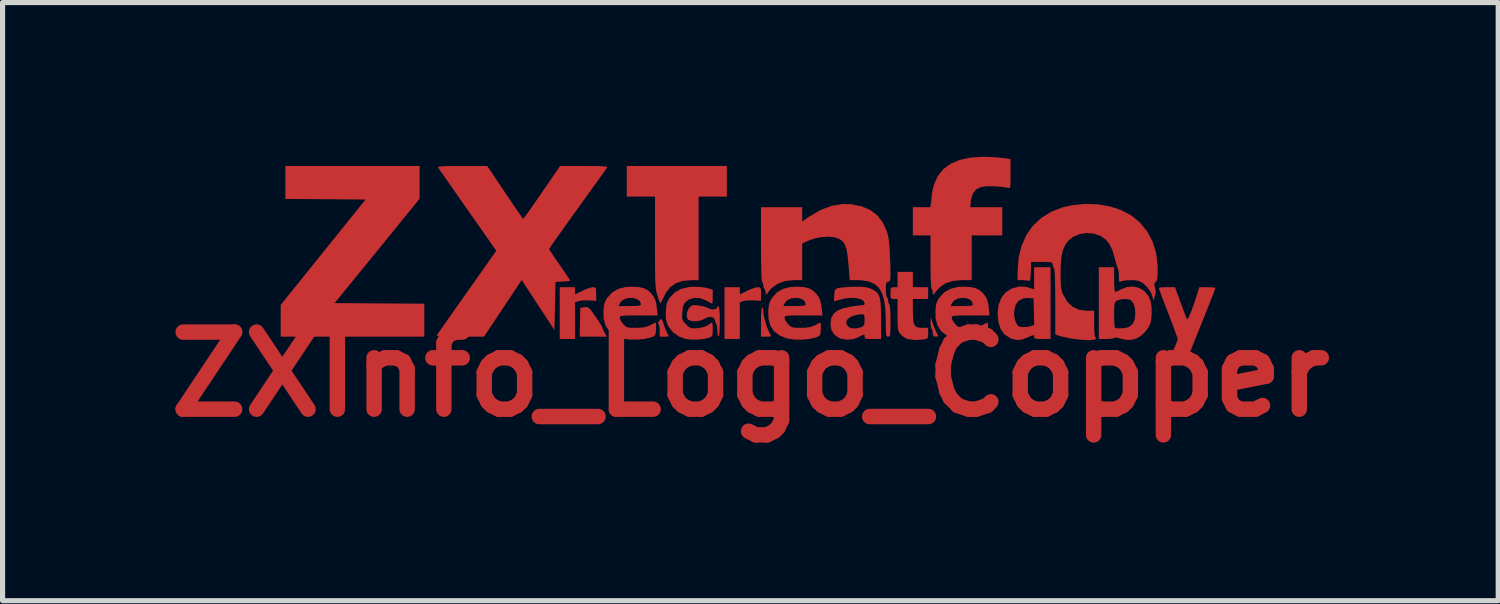
<source format=kicad_pcb>
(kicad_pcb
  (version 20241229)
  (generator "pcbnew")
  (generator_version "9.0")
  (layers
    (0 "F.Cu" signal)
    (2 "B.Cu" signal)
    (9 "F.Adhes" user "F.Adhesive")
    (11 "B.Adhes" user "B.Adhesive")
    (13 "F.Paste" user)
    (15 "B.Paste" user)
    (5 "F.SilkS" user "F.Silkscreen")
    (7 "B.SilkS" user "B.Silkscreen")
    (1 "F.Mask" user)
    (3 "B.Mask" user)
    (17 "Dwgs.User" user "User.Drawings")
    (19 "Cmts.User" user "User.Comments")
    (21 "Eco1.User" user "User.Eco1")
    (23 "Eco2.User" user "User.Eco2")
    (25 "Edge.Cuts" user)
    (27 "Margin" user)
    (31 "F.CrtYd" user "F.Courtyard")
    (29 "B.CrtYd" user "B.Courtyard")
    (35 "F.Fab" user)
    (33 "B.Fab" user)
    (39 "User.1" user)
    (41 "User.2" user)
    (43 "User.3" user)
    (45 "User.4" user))
  (footprint "ZXInfo_Logo_Copper"
    (layer "F.Cu")
    (at 11.55 4.233)
    (property "Reference" "ZXInfo_Logo_Copper" (at 0 0 0) (layer "F.Cu") (effects (font (size 1.5 1.5) (thickness 0.3))))
    (attr board_only exclude_from_pos_files exclude_from_bom)
    (fp_poly (pts (xy -2.222 -1.019) (xy -2.233 -1.008) (xy -2.245 -1.019) (xy -2.233 -1.031)) (stroke (width 0) (type solid)) (fill yes) (layer "F.Cu"))
    (fp_poly (pts (xy 0.985 -1.019) (xy 0.973 -1.008) (xy 0.962 -1.019) (xy 0.973 -1.031)) (stroke (width 0) (type solid)) (fill yes) (layer "F.Cu"))
    (fp_poly (pts (xy 4.237 -1.019) (xy 4.226 -1.008) (xy 4.214 -1.019) (xy 4.226 -1.031)) (stroke (width 0) (type solid)) (fill yes) (layer "F.Cu"))
    (fp_poly (pts (xy 3.551 -0.985) (xy 3.582 -0.903) (xy 3.614 -0.829) (xy 3.631 -0.796) (xy 3.654 -0.752) (xy 3.648 -0.736) (xy 3.61 -0.733) (xy 3.609 -0.733) (xy 3.567 -0.74) (xy 3.551 -0.772) (xy 3.55 -0.8) (xy 3.543 -0.853) (xy 3.527 -0.882) (xy 3.514 -0.911) (xy 3.507 -0.97) (xy 3.506 -1.003) (xy 3.508 -1.111)) (stroke (width 0) (type solid)) (fill yes) (layer "F.Cu"))
    (fp_poly (pts (xy 0.244 -1.285) (xy 0.252 -1.235) (xy 0.252 -1.218) (xy 0.261 -1.143) (xy 0.285 -1.043) (xy 0.317 -0.937) (xy 0.354 -0.843) (xy 0.384 -0.784) (xy 0.402 -0.753) (xy 0.397 -0.738) (xy 0.359 -0.733) (xy 0.312 -0.733) (xy 0.206 -0.733) (xy 0.206 -1.019) (xy 0.208 -1.143) (xy 0.213 -1.235) (xy 0.221 -1.291) (xy 0.229 -1.306)) (stroke (width 0) (type solid)) (fill yes) (layer "F.Cu"))
    (fp_poly (pts (xy -3.162 -1.303) (xy -3.132 -1.281) (xy -3.094 -1.236) (xy -3.041 -1.162) (xy -3.018 -1.128) (xy -2.962 -1.047) (xy -2.918 -0.979) (xy -2.891 -0.935) (xy -2.886 -0.922) (xy -2.876 -0.892) (xy -2.851 -0.839) (xy -2.84 -0.818) (xy -2.794 -0.733) (xy -3.058 -0.733) (xy -3.322 -0.733) (xy -3.316 -1.013) (xy -3.31 -1.294) (xy -3.229 -1.306) (xy -3.192 -1.309)) (stroke (width 0) (type solid)) (fill yes) (layer "F.Cu"))
    (fp_poly (pts (xy -1.71 -1.044) (xy -1.688 -0.98) (xy -1.684 -0.965) (xy -1.655 -0.885) (xy -1.626 -0.816) (xy -1.609 -0.785) (xy -1.59 -0.752) (xy -1.596 -0.737) (xy -1.636 -0.733) (xy -1.669 -0.733) (xy -1.764 -0.733) (xy -1.764 -0.843) (xy -1.769 -0.913) (xy -1.781 -0.965) (xy -1.789 -0.978) (xy -1.798 -1.008) (xy -1.769 -1.048) (xy -1.743 -1.071) (xy -1.726 -1.072)) (stroke (width 0) (type solid)) (fill yes) (layer "F.Cu"))
    (fp_poly (pts (xy -6.436 -3.735) (xy -6.436 -3.417) (xy -7.262 -2.401) (xy -8.089 -1.386) (xy -7.216 -1.38) (xy -6.344 -1.374) (xy -6.344 -1.053) (xy -6.344 -0.733) (xy -7.741 -0.733) (xy -9.139 -0.733) (xy -9.139 -1.042) (xy -9.139 -1.351) (xy -8.313 -2.376) (xy -7.488 -3.401) (xy -8.267 -3.407) (xy -9.047 -3.413) (xy -9.047 -3.734) (xy -9.047 -4.054) (xy -7.741 -4.054) (xy -6.436 -4.054)) (stroke (width 0) (type solid)) (fill yes) (layer "F.Cu"))
    (fp_poly (pts (xy -3.413 -1.626) (xy -3.411 -1.578) (xy -3.407 -1.558) (xy -3.407 -1.558) (xy -3.385 -1.567) (xy -3.334 -1.592) (xy -3.266 -1.626) (xy -3.185 -1.662) (xy -3.111 -1.687) (xy -3.066 -1.695) (xy -3.029 -1.693) (xy -3.01 -1.679) (xy -3.002 -1.642) (xy -3 -1.572) (xy -3 -1.562) (xy -3 -1.429) (xy -3.144 -1.438) (xy -3.231 -1.439) (xy -3.309 -1.432) (xy -3.35 -1.423) (xy -3.413 -1.398) (xy -3.413 -1.043) (xy -3.413 -0.687) (xy -3.561 -0.687) (xy -3.71 -0.687) (xy -3.71 -1.191) (xy -3.71 -1.695) (xy -3.561 -1.695) (xy -3.413 -1.695)) (stroke (width 0) (type solid)) (fill yes) (layer "F.Cu"))
    (fp_poly (pts (xy -0.206 -1.626) (xy -0.204 -1.578) (xy -0.2 -1.558) (xy -0.2 -1.558) (xy -0.179 -1.567) (xy -0.127 -1.592) (xy -0.06 -1.626) (xy 0.021 -1.662) (xy 0.096 -1.687) (xy 0.141 -1.695) (xy 0.177 -1.693) (xy 0.197 -1.679) (xy 0.205 -1.642) (xy 0.206 -1.572) (xy 0.206 -1.562) (xy 0.206 -1.429) (xy 0.063 -1.438) (xy -0.024 -1.439) (xy -0.102 -1.432) (xy -0.143 -1.423) (xy -0.206 -1.398) (xy -0.206 -1.043) (xy -0.206 -0.687) (xy -0.355 -0.687) (xy -0.504 -0.687) (xy -0.504 -1.191) (xy -0.504 -1.695) (xy -0.355 -1.695) (xy -0.206 -1.695)) (stroke (width 0) (type solid)) (fill yes) (layer "F.Cu"))
    (fp_poly (pts (xy -0.458 -3.756) (xy -0.458 -3.458) (xy -0.733 -3.458) (xy -1.008 -3.458) (xy -1.008 -2.645) (xy -1.008 -1.832) (xy -1.151 -1.831) (xy -1.314 -1.817) (xy -1.448 -1.774) (xy -1.557 -1.698) (xy -1.646 -1.585) (xy -1.721 -1.432) (xy -1.733 -1.403) (xy -1.744 -1.383) (xy -1.757 -1.39) (xy -1.775 -1.429) (xy -1.801 -1.507) (xy -1.804 -1.518) (xy -1.818 -1.561) (xy -1.828 -1.603) (xy -1.837 -1.647) (xy -1.843 -1.7) (xy -1.848 -1.766) (xy -1.852 -1.85) (xy -1.854 -1.958) (xy -1.855 -2.094) (xy -1.856 -2.263) (xy -1.856 -2.471) (xy -1.856 -2.571) (xy -1.855 -3.458) (xy -2.13 -3.458) (xy -2.405 -3.458) (xy -2.405 -3.756) (xy -2.405 -4.054) (xy -1.431 -4.054) (xy -0.458 -4.054)) (stroke (width 0) (type solid)) (fill yes) (layer "F.Cu"))
    (fp_poly (pts (xy -1.043 -1.344) (xy -1.008 -1.34) (xy -0.927 -1.325) (xy -0.858 -1.305) (xy -0.831 -1.292) (xy -0.768 -1.266) (xy -0.706 -1.262) (xy -0.661 -1.279) (xy -0.65 -1.294) (xy -0.63 -1.329) (xy -0.614 -1.318) (xy -0.604 -1.262) (xy -0.597 -1.16) (xy -0.595 -1.031) (xy -0.597 -0.903) (xy -0.602 -0.808) (xy -0.61 -0.75) (xy -0.618 -0.733) (xy -0.632 -0.753) (xy -0.64 -0.806) (xy -0.641 -0.843) (xy -0.645 -0.912) (xy -0.656 -0.962) (xy -0.662 -0.975) (xy -0.681 -1.013) (xy -0.691 -1.054) (xy -0.716 -1.101) (xy -0.768 -1.119) (xy -0.839 -1.106) (xy -0.896 -1.078) (xy -0.976 -1.045) (xy -1.067 -1.032) (xy -1.151 -1.038) (xy -1.212 -1.064) (xy -1.215 -1.066) (xy -1.239 -1.116) (xy -1.237 -1.185) (xy -1.211 -1.259) (xy -1.176 -1.309) (xy -1.145 -1.336) (xy -1.106 -1.346)) (stroke (width 0) (type solid)) (fill yes) (layer "F.Cu"))
    (fp_poly (pts (xy 3.161 -1.844) (xy 3.161 -1.695) (xy 3.31 -1.695) (xy 3.458 -1.695) (xy 3.458 -1.58) (xy 3.458 -1.466) (xy 3.31 -1.466) (xy 3.161 -1.466) (xy 3.161 -1.243) (xy 3.164 -1.111) (xy 3.173 -1.018) (xy 3.193 -0.958) (xy 3.228 -0.923) (xy 3.279 -0.908) (xy 3.339 -0.905) (xy 3.459 -0.905) (xy 3.458 -0.799) (xy 3.457 -0.734) (xy 3.444 -0.701) (xy 3.411 -0.686) (xy 3.373 -0.679) (xy 3.214 -0.667) (xy 3.072 -0.685) (xy 3.054 -0.689) (xy 2.99 -0.721) (xy 2.929 -0.772) (xy 2.922 -0.781) (xy 2.898 -0.811) (xy 2.882 -0.842) (xy 2.871 -0.881) (xy 2.866 -0.939) (xy 2.863 -1.023) (xy 2.863 -1.143) (xy 2.863 -1.158) (xy 2.863 -1.466) (xy 2.794 -1.466) (xy 2.754 -1.468) (xy 2.733 -1.484) (xy 2.726 -1.524) (xy 2.726 -1.58) (xy 2.727 -1.648) (xy 2.736 -1.682) (xy 2.76 -1.694) (xy 2.794 -1.695) (xy 2.863 -1.695) (xy 2.863 -1.844) (xy 2.863 -1.993) (xy 3.012 -1.993) (xy 3.161 -1.993)) (stroke (width 0) (type solid)) (fill yes) (layer "F.Cu"))
    (fp_poly (pts (xy 5.84 -1.386) (xy 5.84 -0.687) (xy 5.68 -0.687) (xy 5.596 -0.688) (xy 5.547 -0.694) (xy 5.525 -0.707) (xy 5.52 -0.729) (xy 5.52 -0.732) (xy 5.517 -0.756) (xy 5.503 -0.763) (xy 5.467 -0.751) (xy 5.401 -0.721) (xy 5.4 -0.721) (xy 5.286 -0.678) (xy 5.189 -0.668) (xy 5.091 -0.69) (xy 5.048 -0.708) (xy 4.943 -0.778) (xy 4.869 -0.881) (xy 4.825 -1.017) (xy 4.811 -1.181) (xy 5.13 -1.181) (xy 5.14 -1.089) (xy 5.166 -1.007) (xy 5.203 -0.949) (xy 5.227 -0.931) (xy 5.292 -0.919) (xy 5.376 -0.921) (xy 5.452 -0.935) (xy 5.462 -0.939) (xy 5.521 -0.961) (xy 5.515 -1.219) (xy 5.508 -1.477) (xy 5.419 -1.485) (xy 5.306 -1.476) (xy 5.219 -1.431) (xy 5.161 -1.352) (xy 5.133 -1.238) (xy 5.13 -1.181) (xy 4.811 -1.181) (xy 4.81 -1.187) (xy 4.81 -1.189) (xy 4.829 -1.352) (xy 4.882 -1.489) (xy 4.967 -1.595) (xy 5.083 -1.669) (xy 5.227 -1.708) (xy 5.227 -1.708) (xy 5.346 -1.705) (xy 5.422 -1.686) (xy 5.52 -1.651) (xy 5.52 -1.868) (xy 5.52 -2.084) (xy 5.68 -2.084) (xy 5.84 -2.084)) (stroke (width 0) (type solid)) (fill yes) (layer "F.Cu"))
    (fp_poly (pts (xy 8.372 -1.391) (xy 8.413 -1.281) (xy 8.449 -1.185) (xy 8.478 -1.113) (xy 8.495 -1.074) (xy 8.498 -1.069) (xy 8.512 -1.081) (xy 8.538 -1.13) (xy 8.571 -1.211) (xy 8.611 -1.318) (xy 8.655 -1.444) (xy 8.693 -1.563) (xy 8.735 -1.695) (xy 8.891 -1.695) (xy 8.969 -1.693) (xy 9.025 -1.687) (xy 9.047 -1.678) (xy 9.047 -1.678) (xy 9.039 -1.653) (xy 9.016 -1.591) (xy 8.979 -1.497) (xy 8.932 -1.376) (xy 8.875 -1.234) (xy 8.812 -1.076) (xy 8.778 -0.991) (xy 8.509 -0.322) (xy 8.343 -0.321) (xy 8.262 -0.323) (xy 8.203 -0.327) (xy 8.177 -0.333) (xy 8.177 -0.334) (xy 8.185 -0.36) (xy 8.208 -0.416) (xy 8.24 -0.492) (xy 8.245 -0.504) (xy 8.279 -0.583) (xy 8.303 -0.648) (xy 8.314 -0.684) (xy 8.314 -0.686) (xy 8.306 -0.715) (xy 8.284 -0.779) (xy 8.25 -0.872) (xy 8.206 -0.989) (xy 8.156 -1.12) (xy 8.139 -1.164) (xy 8.086 -1.3) (xy 8.039 -1.424) (xy 7.999 -1.528) (xy 7.971 -1.606) (xy 7.955 -1.649) (xy 7.953 -1.655) (xy 7.952 -1.676) (xy 7.971 -1.688) (xy 8.017 -1.694) (xy 8.099 -1.695) (xy 8.102 -1.695) (xy 8.262 -1.695)) (stroke (width 0) (type solid)) (fill yes) (layer "F.Cu"))
    (fp_poly (pts (xy -1 -1.701) (xy -0.902 -1.691) (xy -0.83 -1.677) (xy -0.733 -1.647) (xy -0.733 -1.511) (xy -0.734 -1.439) (xy -0.738 -1.389) (xy -0.742 -1.374) (xy -0.765 -1.385) (xy -0.815 -1.411) (xy -0.851 -1.431) (xy -0.971 -1.48) (xy -1.086 -1.489) (xy -1.189 -1.459) (xy -1.241 -1.423) (xy -1.282 -1.382) (xy -1.305 -1.34) (xy -1.318 -1.281) (xy -1.324 -1.206) (xy -1.328 -1.124) (xy -1.324 -1.071) (xy -1.306 -1.032) (xy -1.269 -0.99) (xy -1.25 -0.971) (xy -1.201 -0.925) (xy -1.161 -0.901) (xy -1.112 -0.894) (xy -1.036 -0.897) (xy -1.03 -0.898) (xy -0.91 -0.918) (xy -0.825 -0.958) (xy -0.778 -0.991) (xy -0.748 -1.007) (xy -0.745 -1.008) (xy -0.739 -0.987) (xy -0.734 -0.933) (xy -0.733 -0.873) (xy -0.734 -0.797) (xy -0.742 -0.753) (xy -0.763 -0.73) (xy -0.803 -0.713) (xy -0.807 -0.711) (xy -0.905 -0.688) (xy -1.026 -0.676) (xy -1.151 -0.676) (xy -1.258 -0.688) (xy -1.26 -0.688) (xy -1.391 -0.736) (xy -1.506 -0.818) (xy -1.591 -0.924) (xy -1.599 -0.939) (xy -1.627 -1.003) (xy -1.642 -1.066) (xy -1.646 -1.145) (xy -1.645 -1.218) (xy -1.638 -1.315) (xy -1.626 -1.383) (xy -1.602 -1.439) (xy -1.569 -1.491) (xy -1.472 -1.594) (xy -1.348 -1.663) (xy -1.195 -1.698) (xy -1.1 -1.704)) (stroke (width 0) (type solid)) (fill yes) (layer "F.Cu"))
    (fp_poly (pts (xy 7.077 -1.844) (xy 7.079 -1.742) (xy 7.084 -1.663) (xy 7.092 -1.614) (xy 7.099 -1.603) (xy 7.131 -1.614) (xy 7.184 -1.64) (xy 7.196 -1.647) (xy 7.322 -1.698) (xy 7.448 -1.709) (xy 7.565 -1.681) (xy 7.667 -1.618) (xy 7.745 -1.524) (xy 7.786 -1.426) (xy 7.805 -1.315) (xy 7.808 -1.184) (xy 7.798 -1.058) (xy 7.785 -1) (xy 7.743 -0.908) (xy 7.672 -0.817) (xy 7.587 -0.741) (xy 7.501 -0.693) (xy 7.493 -0.691) (xy 7.4 -0.67) (xy 7.316 -0.67) (xy 7.219 -0.691) (xy 7.192 -0.699) (xy 7.124 -0.716) (xy 7.086 -0.714) (xy 7.081 -0.709) (xy 7.056 -0.698) (xy 6.998 -0.69) (xy 6.926 -0.687) (xy 6.779 -0.687) (xy 6.779 -1.159) (xy 7.077 -1.159) (xy 7.079 -1.06) (xy 7.082 -0.978) (xy 7.088 -0.924) (xy 7.092 -0.909) (xy 7.13 -0.896) (xy 7.194 -0.893) (xy 7.27 -0.899) (xy 7.339 -0.913) (xy 7.372 -0.926) (xy 7.438 -0.981) (xy 7.476 -1.067) (xy 7.489 -1.188) (xy 7.489 -1.193) (xy 7.479 -1.296) (xy 7.45 -1.382) (xy 7.407 -1.439) (xy 7.385 -1.452) (xy 7.312 -1.465) (xy 7.226 -1.461) (xy 7.151 -1.442) (xy 7.128 -1.43) (xy 7.105 -1.411) (xy 7.09 -1.384) (xy 7.082 -1.341) (xy 7.078 -1.273) (xy 7.077 -1.168) (xy 7.077 -1.159) (xy 6.779 -1.159) (xy 6.779 -1.386) (xy 6.779 -2.084) (xy 6.928 -2.084) (xy 7.077 -2.084)) (stroke (width 0) (type solid)) (fill yes) (layer "F.Cu"))
    (fp_poly (pts (xy 4.691 -4.227) (xy 4.798 -4.22) (xy 4.894 -4.211) (xy 4.967 -4.203) (xy 4.994 -4.199) (xy 5.062 -4.186) (xy 5.062 -3.9) (xy 5.061 -3.781) (xy 5.06 -3.701) (xy 5.056 -3.653) (xy 5.047 -3.63) (xy 5.034 -3.624) (xy 5.013 -3.628) (xy 5.01 -3.629) (xy 4.964 -3.637) (xy 4.887 -3.647) (xy 4.792 -3.655) (xy 4.752 -3.657) (xy 4.597 -3.659) (xy 4.478 -3.64) (xy 4.393 -3.599) (xy 4.335 -3.53) (xy 4.301 -3.433) (xy 4.29 -3.37) (xy 4.277 -3.252) (xy 4.589 -3.252) (xy 4.901 -3.252) (xy 4.901 -2.977) (xy 4.901 -2.703) (xy 4.604 -2.703) (xy 4.306 -2.703) (xy 4.306 -2.267) (xy 4.306 -1.832) (xy 4.116 -1.832) (xy 3.939 -1.817) (xy 3.793 -1.769) (xy 3.676 -1.688) (xy 3.617 -1.62) (xy 3.577 -1.567) (xy 3.558 -1.549) (xy 3.551 -1.561) (xy 3.55 -1.587) (xy 3.542 -1.637) (xy 3.527 -1.661) (xy 3.519 -1.688) (xy 3.513 -1.758) (xy 3.508 -1.866) (xy 3.505 -2.009) (xy 3.504 -2.184) (xy 3.504 -2.189) (xy 3.504 -2.703) (xy 3.332 -2.703) (xy 3.161 -2.703) (xy 3.161 -2.977) (xy 3.161 -3.252) (xy 3.33 -3.252) (xy 3.499 -3.252) (xy 3.513 -3.324) (xy 3.523 -3.402) (xy 3.527 -3.47) (xy 3.534 -3.532) (xy 3.552 -3.616) (xy 3.573 -3.694) (xy 3.646 -3.858) (xy 3.753 -3.992) (xy 3.896 -4.096) (xy 4.073 -4.172) (xy 4.283 -4.217) (xy 4.527 -4.233)) (stroke (width 0) (type solid)) (fill yes) (layer "F.Cu"))
    (fp_poly (pts (xy -2.171 -1.698) (xy -2.072 -1.675) (xy -1.993 -1.633) (xy -1.932 -1.577) (xy -1.882 -1.513) (xy -1.85 -1.446) (xy -1.829 -1.36) (xy -1.82 -1.287) (xy -1.803 -1.145) (xy -2.173 -1.145) (xy -2.311 -1.145) (xy -2.409 -1.144) (xy -2.475 -1.14) (xy -2.514 -1.134) (xy -2.534 -1.125) (xy -2.542 -1.111) (xy -2.542 -1.1) (xy -2.528 -1.055) (xy -2.491 -0.998) (xy -2.475 -0.979) (xy -2.439 -0.942) (xy -2.406 -0.92) (xy -2.362 -0.909) (xy -2.294 -0.905) (xy -2.229 -0.905) (xy -2.121 -0.908) (xy -2.042 -0.921) (xy -1.974 -0.945) (xy -1.952 -0.956) (xy -1.892 -0.986) (xy -1.851 -1.005) (xy -1.842 -1.008) (xy -1.837 -0.987) (xy -1.835 -0.934) (xy -1.837 -0.878) (xy -1.842 -0.804) (xy -1.854 -0.763) (xy -1.88 -0.739) (xy -1.93 -0.719) (xy -1.935 -0.717) (xy -2.055 -0.689) (xy -2.197 -0.675) (xy -2.342 -0.676) (xy -2.47 -0.693) (xy -2.495 -0.699) (xy -2.64 -0.757) (xy -2.748 -0.84) (xy -2.819 -0.949) (xy -2.855 -1.087) (xy -2.859 -1.227) (xy -2.851 -1.324) (xy -2.85 -1.328) (xy -2.564 -1.328) (xy -2.347 -1.328) (xy -2.244 -1.33) (xy -2.178 -1.334) (xy -2.143 -1.343) (xy -2.13 -1.358) (xy -2.13 -1.363) (xy -2.149 -1.421) (xy -2.2 -1.461) (xy -2.272 -1.484) (xy -2.352 -1.487) (xy -2.432 -1.471) (xy -2.498 -1.435) (xy -2.539 -1.383) (xy -2.564 -1.328) (xy -2.85 -1.328) (xy -2.836 -1.393) (xy -2.808 -1.453) (xy -2.782 -1.492) (xy -2.688 -1.595) (xy -2.57 -1.663) (xy -2.425 -1.699) (xy -2.302 -1.705)) (stroke (width 0) (type solid)) (fill yes) (layer "F.Cu"))
    (fp_poly (pts (xy 1.036 -1.698) (xy 1.135 -1.675) (xy 1.213 -1.633) (xy 1.274 -1.577) (xy 1.325 -1.513) (xy 1.357 -1.446) (xy 1.377 -1.36) (xy 1.387 -1.287) (xy 1.403 -1.145) (xy 1.034 -1.145) (xy 0.896 -1.145) (xy 0.798 -1.144) (xy 0.732 -1.14) (xy 0.692 -1.134) (xy 0.672 -1.125) (xy 0.665 -1.111) (xy 0.664 -1.1) (xy 0.679 -1.055) (xy 0.715 -0.998) (xy 0.731 -0.979) (xy 0.767 -0.942) (xy 0.801 -0.92) (xy 0.845 -0.909) (xy 0.913 -0.905) (xy 0.977 -0.905) (xy 1.085 -0.908) (xy 1.165 -0.921) (xy 1.233 -0.945) (xy 1.255 -0.956) (xy 1.314 -0.986) (xy 1.355 -1.005) (xy 1.365 -1.008) (xy 1.37 -0.987) (xy 1.371 -0.934) (xy 1.37 -0.878) (xy 1.364 -0.804) (xy 1.353 -0.763) (xy 1.326 -0.739) (xy 1.277 -0.719) (xy 1.271 -0.717) (xy 1.152 -0.689) (xy 1.009 -0.675) (xy 0.864 -0.676) (xy 0.737 -0.693) (xy 0.711 -0.699) (xy 0.566 -0.757) (xy 0.458 -0.84) (xy 0.387 -0.949) (xy 0.351 -1.087) (xy 0.347 -1.227) (xy 0.355 -1.324) (xy 0.356 -1.328) (xy 0.642 -1.328) (xy 0.859 -1.328) (xy 0.963 -1.33) (xy 1.028 -1.334) (xy 1.064 -1.343) (xy 1.076 -1.358) (xy 1.076 -1.363) (xy 1.057 -1.421) (xy 1.006 -1.461) (xy 0.935 -1.484) (xy 0.854 -1.487) (xy 0.775 -1.471) (xy 0.708 -1.435) (xy 0.667 -1.383) (xy 0.642 -1.328) (xy 0.356 -1.328) (xy 0.371 -1.393) (xy 0.399 -1.453) (xy 0.424 -1.492) (xy 0.519 -1.595) (xy 0.636 -1.663) (xy 0.781 -1.699) (xy 0.904 -1.705)) (stroke (width 0) (type solid)) (fill yes) (layer "F.Cu"))
    (fp_poly (pts (xy 4.288 -1.698) (xy 4.387 -1.675) (xy 4.466 -1.633) (xy 4.526 -1.577) (xy 4.577 -1.513) (xy 4.609 -1.446) (xy 4.63 -1.36) (xy 4.639 -1.287) (xy 4.655 -1.145) (xy 4.286 -1.145) (xy 4.148 -1.145) (xy 4.05 -1.144) (xy 3.984 -1.14) (xy 3.944 -1.134) (xy 3.924 -1.125) (xy 3.917 -1.111) (xy 3.917 -1.1) (xy 3.931 -1.055) (xy 3.968 -0.998) (xy 3.983 -0.979) (xy 4.019 -0.942) (xy 4.053 -0.92) (xy 4.097 -0.909) (xy 4.165 -0.905) (xy 4.23 -0.905) (xy 4.338 -0.908) (xy 4.417 -0.921) (xy 4.485 -0.945) (xy 4.507 -0.956) (xy 4.566 -0.986) (xy 4.608 -1.005) (xy 4.617 -1.008) (xy 4.622 -0.987) (xy 4.624 -0.934) (xy 4.622 -0.878) (xy 4.617 -0.804) (xy 4.605 -0.763) (xy 4.579 -0.739) (xy 4.529 -0.719) (xy 4.523 -0.717) (xy 4.404 -0.689) (xy 4.262 -0.675) (xy 4.117 -0.676) (xy 3.989 -0.693) (xy 3.964 -0.699) (xy 3.818 -0.757) (xy 3.711 -0.84) (xy 3.64 -0.949) (xy 3.604 -1.087) (xy 3.6 -1.227) (xy 3.608 -1.324) (xy 3.608 -1.328) (xy 3.895 -1.328) (xy 4.112 -1.328) (xy 4.215 -1.33) (xy 4.281 -1.334) (xy 4.316 -1.343) (xy 4.328 -1.358) (xy 4.329 -1.363) (xy 4.309 -1.421) (xy 4.259 -1.461) (xy 4.187 -1.484) (xy 4.106 -1.487) (xy 4.027 -1.471) (xy 3.961 -1.435) (xy 3.92 -1.383) (xy 3.895 -1.328) (xy 3.608 -1.328) (xy 3.623 -1.393) (xy 3.651 -1.453) (xy 3.677 -1.492) (xy 3.771 -1.595) (xy 3.889 -1.663) (xy 4.033 -1.699) (xy 4.156 -1.705)) (stroke (width 0) (type solid)) (fill yes) (layer "F.Cu"))
    (fp_poly (pts (xy 2.218 -1.698) (xy 2.283 -1.687) (xy 2.34 -1.667) (xy 2.361 -1.658) (xy 2.421 -1.626) (xy 2.466 -1.59) (xy 2.498 -1.542) (xy 2.52 -1.477) (xy 2.533 -1.387) (xy 2.54 -1.266) (xy 2.542 -1.107) (xy 2.542 -1.067) (xy 2.542 -0.687) (xy 2.382 -0.687) (xy 2.298 -0.688) (xy 2.249 -0.694) (xy 2.227 -0.707) (xy 2.222 -0.729) (xy 2.222 -0.733) (xy 2.22 -0.766) (xy 2.207 -0.775) (xy 2.172 -0.761) (xy 2.122 -0.732) (xy 2.003 -0.685) (xy 1.874 -0.673) (xy 1.751 -0.697) (xy 1.725 -0.707) (xy 1.632 -0.773) (xy 1.576 -0.864) (xy 1.557 -0.983) (xy 1.557 -0.985) (xy 1.562 -1.02) (xy 1.863 -1.02) (xy 1.868 -0.984) (xy 1.887 -0.95) (xy 1.926 -0.91) (xy 1.981 -0.895) (xy 2.015 -0.893) (xy 2.091 -0.9) (xy 2.157 -0.917) (xy 2.163 -0.92) (xy 2.199 -0.942) (xy 2.216 -0.977) (xy 2.222 -1.038) (xy 2.222 -1.057) (xy 2.22 -1.124) (xy 2.21 -1.156) (xy 2.185 -1.167) (xy 2.159 -1.168) (xy 2.057 -1.156) (xy 1.966 -1.125) (xy 1.9 -1.081) (xy 1.887 -1.064) (xy 1.863 -1.02) (xy 1.562 -1.02) (xy 1.572 -1.091) (xy 1.616 -1.175) (xy 1.694 -1.24) (xy 1.81 -1.287) (xy 1.965 -1.32) (xy 2.015 -1.327) (xy 2.103 -1.338) (xy 2.172 -1.346) (xy 2.211 -1.351) (xy 2.215 -1.351) (xy 2.221 -1.37) (xy 2.222 -1.384) (xy 2.201 -1.43) (xy 2.144 -1.463) (xy 2.06 -1.483) (xy 1.957 -1.488) (xy 1.844 -1.477) (xy 1.75 -1.455) (xy 1.685 -1.435) (xy 1.641 -1.423) (xy 1.631 -1.42) (xy 1.628 -1.441) (xy 1.629 -1.493) (xy 1.631 -1.539) (xy 1.637 -1.609) (xy 1.651 -1.648) (xy 1.679 -1.669) (xy 1.706 -1.678) (xy 1.758 -1.687) (xy 1.842 -1.695) (xy 1.945 -1.701) (xy 2.016 -1.703) (xy 2.133 -1.703)) (stroke (width 0) (type solid)) (fill yes) (layer "F.Cu"))
    (fp_poly (pts (xy -3.073 -4.053) (xy -2.952 -4.051) (xy -2.867 -4.048) (xy -2.814 -4.043) (xy -2.789 -4.035) (xy -2.786 -4.025) (xy -2.803 -4.001) (xy -2.843 -3.944) (xy -2.905 -3.857) (xy -2.985 -3.746) (xy -3.08 -3.614) (xy -3.187 -3.465) (xy -3.304 -3.303) (xy -3.36 -3.225) (xy -3.479 -3.059) (xy -3.59 -2.905) (xy -3.689 -2.766) (xy -3.774 -2.647) (xy -3.841 -2.551) (xy -3.889 -2.482) (xy -3.913 -2.444) (xy -3.917 -2.439) (xy -3.904 -2.416) (xy -3.87 -2.362) (xy -3.818 -2.285) (xy -3.753 -2.19) (xy -3.71 -2.129) (xy -3.64 -2.027) (xy -3.58 -1.939) (xy -3.535 -1.872) (xy -3.509 -1.831) (xy -3.504 -1.822) (xy -3.525 -1.816) (xy -3.579 -1.809) (xy -3.647 -1.805) (xy -3.791 -1.798) (xy -3.802 -1.33) (xy -3.813 -0.861) (xy -4.131 -1.348) (xy -4.45 -1.835) (xy -4.816 -1.284) (xy -5.183 -0.733) (xy -5.651 -0.733) (xy -5.813 -0.733) (xy -5.935 -0.735) (xy -6.02 -0.739) (xy -6.073 -0.744) (xy -6.098 -0.752) (xy -6.101 -0.762) (xy -6.084 -0.786) (xy -6.044 -0.843) (xy -5.983 -0.931) (xy -5.904 -1.043) (xy -5.81 -1.177) (xy -5.704 -1.328) (xy -5.587 -1.493) (xy -5.514 -1.597) (xy -4.944 -2.404) (xy -5.503 -3.202) (xy -5.622 -3.372) (xy -5.733 -3.531) (xy -5.833 -3.674) (xy -5.92 -3.799) (xy -5.991 -3.901) (xy -6.043 -3.975) (xy -6.072 -4.018) (xy -6.078 -4.026) (xy -6.073 -4.036) (xy -6.044 -4.043) (xy -5.984 -4.048) (xy -5.891 -4.052) (xy -5.76 -4.053) (xy -5.607 -4.054) (xy -5.119 -4.053) (xy -4.775 -3.539) (xy -4.684 -3.404) (xy -4.602 -3.281) (xy -4.53 -3.178) (xy -4.474 -3.097) (xy -4.436 -3.044) (xy -4.42 -3.025) (xy -4.42 -3.025) (xy -4.405 -3.043) (xy -4.367 -3.094) (xy -4.31 -3.173) (xy -4.238 -3.276) (xy -4.154 -3.397) (xy -4.061 -3.531) (xy -4.056 -3.539) (xy -3.703 -4.054) (xy -3.236 -4.054)) (stroke (width 0) (type solid)) (fill yes) (layer "F.Cu"))
    (fp_poly (pts (xy 1.956 -3.31) (xy 2.16 -3.27) (xy 2.33 -3.198) (xy 2.469 -3.093) (xy 2.576 -2.956) (xy 2.654 -2.784) (xy 2.658 -2.771) (xy 2.677 -2.701) (xy 2.692 -2.621) (xy 2.703 -2.522) (xy 2.711 -2.397) (xy 2.718 -2.235) (xy 2.719 -2.219) (xy 2.724 -2.075) (xy 2.726 -1.97) (xy 2.726 -1.897) (xy 2.722 -1.851) (xy 2.715 -1.824) (xy 2.703 -1.811) (xy 2.687 -1.805) (xy 2.683 -1.804) (xy 2.656 -1.791) (xy 2.641 -1.764) (xy 2.635 -1.712) (xy 2.634 -1.653) (xy 2.637 -1.577) (xy 2.647 -1.521) (xy 2.657 -1.5) (xy 2.675 -1.469) (xy 2.68 -1.431) (xy 2.688 -1.384) (xy 2.703 -1.363) (xy 2.712 -1.335) (xy 2.719 -1.268) (xy 2.724 -1.17) (xy 2.726 -1.047) (xy 2.726 -1.041) (xy 2.725 -0.917) (xy 2.723 -0.832) (xy 2.719 -0.778) (xy 2.711 -0.748) (xy 2.699 -0.736) (xy 2.68 -0.733) (xy 2.68 -0.733) (xy 2.661 -0.735) (xy 2.648 -0.748) (xy 2.64 -0.777) (xy 2.636 -0.83) (xy 2.634 -0.915) (xy 2.634 -1.038) (xy 2.627 -1.257) (xy 2.603 -1.435) (xy 2.562 -1.576) (xy 2.5 -1.683) (xy 2.415 -1.758) (xy 2.306 -1.806) (xy 2.169 -1.829) (xy 2.08 -1.832) (xy 1.933 -1.832) (xy 1.908 -2.142) (xy 1.892 -2.297) (xy 1.874 -2.414) (xy 1.849 -2.5) (xy 1.815 -2.563) (xy 1.77 -2.608) (xy 1.717 -2.641) (xy 1.626 -2.669) (xy 1.508 -2.678) (xy 1.376 -2.669) (xy 1.245 -2.643) (xy 1.139 -2.605) (xy 1.008 -2.545) (xy 1.008 -2.189) (xy 1.008 -1.832) (xy 0.84 -1.832) (xy 0.671 -1.814) (xy 0.526 -1.76) (xy 0.409 -1.673) (xy 0.364 -1.62) (xy 0.325 -1.567) (xy 0.305 -1.549) (xy 0.298 -1.561) (xy 0.298 -1.587) (xy 0.29 -1.637) (xy 0.275 -1.661) (xy 0.257 -1.692) (xy 0.252 -1.729) (xy 0.243 -1.777) (xy 0.229 -1.798) (xy 0.222 -1.825) (xy 0.216 -1.896) (xy 0.212 -2.008) (xy 0.209 -2.158) (xy 0.207 -2.346) (xy 0.206 -2.532) (xy 0.206 -3.252) (xy 0.607 -3.252) (xy 1.008 -3.252) (xy 1.008 -3.114) (xy 1.008 -2.976) (xy 1.147 -3.07) (xy 1.365 -3.197) (xy 1.58 -3.278) (xy 1.792 -3.314)) (stroke (width 0) (type solid)) (fill yes) (layer "F.Cu"))
    (fp_poly (pts (xy 6.766 -3.307) (xy 7.005 -3.265) (xy 7.224 -3.191) (xy 7.419 -3.085) (xy 7.575 -2.957) (xy 7.72 -2.781) (xy 7.826 -2.582) (xy 7.894 -2.36) (xy 7.923 -2.113) (xy 7.925 -2.042) (xy 7.923 -1.936) (xy 7.918 -1.867) (xy 7.907 -1.825) (xy 7.889 -1.8) (xy 7.886 -1.797) (xy 7.862 -1.772) (xy 7.859 -1.735) (xy 7.872 -1.685) (xy 7.887 -1.603) (xy 7.871 -1.523) (xy 7.869 -1.517) (xy 7.841 -1.434) (xy 7.827 -1.501) (xy 7.79 -1.597) (xy 7.723 -1.694) (xy 7.64 -1.772) (xy 7.629 -1.78) (xy 7.568 -1.812) (xy 7.498 -1.828) (xy 7.404 -1.832) (xy 7.32 -1.829) (xy 7.249 -1.819) (xy 7.213 -1.809) (xy 7.188 -1.799) (xy 7.174 -1.81) (xy 7.169 -1.851) (xy 7.169 -1.908) (xy 7.166 -1.979) (xy 7.159 -2.031) (xy 7.154 -2.046) (xy 7.142 -2.074) (xy 7.122 -2.135) (xy 7.099 -2.22) (xy 7.085 -2.272) (xy 7.04 -2.421) (xy 6.986 -2.534) (xy 6.918 -2.618) (xy 6.829 -2.682) (xy 6.802 -2.697) (xy 6.674 -2.74) (xy 6.536 -2.749) (xy 6.4 -2.727) (xy 6.278 -2.674) (xy 6.181 -2.594) (xy 6.179 -2.592) (xy 6.123 -2.511) (xy 6.082 -2.418) (xy 6.055 -2.305) (xy 6.04 -2.163) (xy 6.035 -1.985) (xy 6.035 -1.97) (xy 6.036 -1.84) (xy 6.039 -1.745) (xy 6.046 -1.676) (xy 6.059 -1.621) (xy 6.077 -1.57) (xy 6.088 -1.546) (xy 6.168 -1.411) (xy 6.266 -1.316) (xy 6.388 -1.259) (xy 6.536 -1.238) (xy 6.556 -1.237) (xy 6.688 -1.237) (xy 6.688 -0.986) (xy 6.69 -0.879) (xy 6.695 -0.794) (xy 6.703 -0.738) (xy 6.711 -0.721) (xy 6.732 -0.698) (xy 6.713 -0.681) (xy 6.662 -0.67) (xy 6.583 -0.666) (xy 6.484 -0.669) (xy 6.37 -0.679) (xy 6.248 -0.696) (xy 6.228 -0.7) (xy 6.135 -0.718) (xy 6.052 -0.737) (xy 5.996 -0.753) (xy 5.993 -0.754) (xy 5.932 -0.778) (xy 5.932 -1.403) (xy 5.931 -1.571) (xy 5.929 -1.723) (xy 5.926 -1.852) (xy 5.922 -1.954) (xy 5.917 -2.022) (xy 5.911 -2.051) (xy 5.911 -2.051) (xy 5.892 -2.089) (xy 5.882 -2.13) (xy 5.877 -2.157) (xy 5.863 -2.174) (xy 5.832 -2.183) (xy 5.774 -2.187) (xy 5.681 -2.187) (xy 5.669 -2.187) (xy 5.462 -2.187) (xy 5.456 -1.996) (xy 5.451 -1.902) (xy 5.445 -1.846) (xy 5.434 -1.821) (xy 5.417 -1.818) (xy 5.414 -1.819) (xy 5.369 -1.828) (xy 5.302 -1.832) (xy 5.289 -1.832) (xy 5.199 -1.832) (xy 5.199 -2.01) (xy 5.219 -2.269) (xy 5.277 -2.504) (xy 5.371 -2.713) (xy 5.499 -2.894) (xy 5.661 -3.044) (xy 5.855 -3.164) (xy 6.079 -3.25) (xy 6.253 -3.289) (xy 6.513 -3.316)) (stroke (width 0) (type solid)) (fill yes) (layer "F.Cu")))
  (gr_rect
    (start -3 -3)
    (end 26.1 8.637)
    (stroke (width 0.1) (type default))
    (fill no)
    (layer "Edge.Cuts")))
</source>
